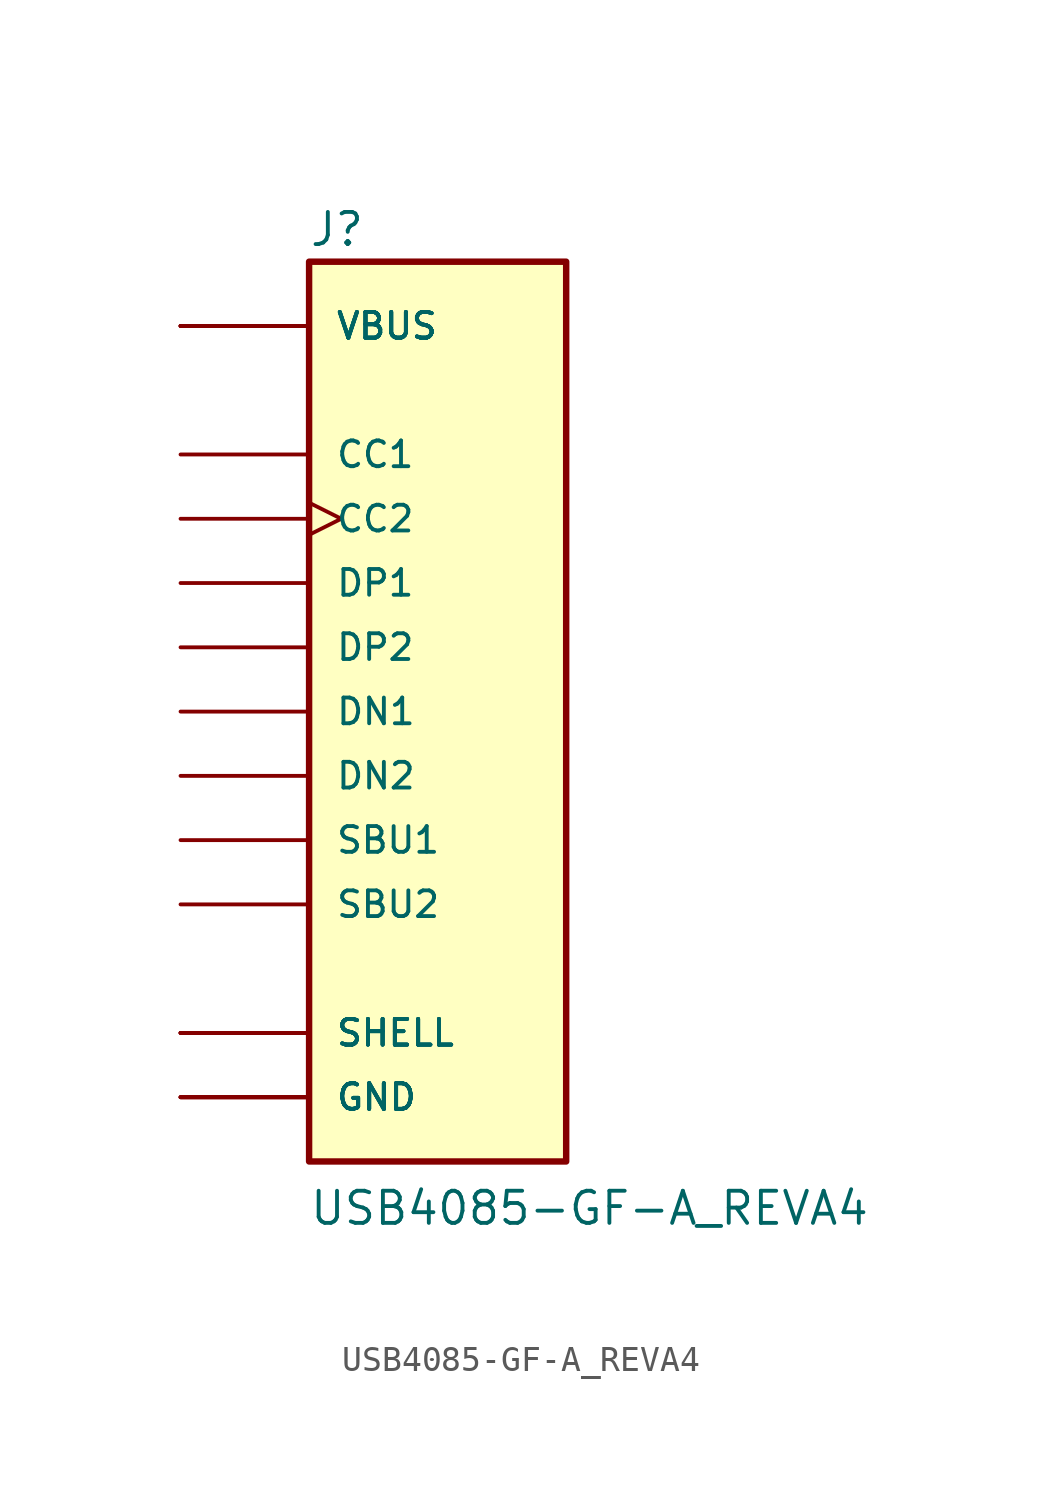
<source format=kicad_sym>
(kicad_symbol_lib
  (version 20210619)
  (generator kicad_symbol_editor)
  (symbol "USB4085-GF-A_REVA4"
    (pin_numbers hide)
    (pin_names
      (offset 1.016))
    (property "Reference" "J"
      (at -5.105 18.313 0)
      (effects (font (size 1.27 1.27)) (justify left bottom)))
    (property "Value" "USB4085-GF-A_REVA4"
      (at -5.105 -20.371 0)
      (effects (font (size 1.27 1.27)) (justify left bottom)))
    (property "ki_locked" ""
      (at 0 0 0)
      (effects (font (size 1.27 1.27))))
    (symbol "USB4085-GF-A_REVA4_0_0"
      (rectangle (start -5.08 -17.78) (end 5.08 17.78) (stroke (width 0.254)) (fill (type background)))
      (pin passive line (at -10.16 -15.24 0) (length 5.08) (name "GND" (effects (font (size 1.016 1.016)))) (number "A1" (effects (font (size 1.016 1.016)))))
      (pin passive line (at -10.16 -15.24 0) (length 5.08) (name "GND" (effects (font (size 1.016 1.016)))) (number "A12" (effects (font (size 1.016 1.016)))))
      (pin power_in line (at -10.16 15.24 0) (length 5.08) (name "VBUS" (effects (font (size 1.016 1.016)))) (number "A4" (effects (font (size 1.016 1.016)))))
      (pin bidirectional line (at -10.16 10.16 0) (length 5.08) (name "CC1" (effects (font (size 1.016 1.016)))) (number "A5" (effects (font (size 1.016 1.016)))))
      (pin bidirectional line (at -10.16 5.08 0) (length 5.08) (name "DP1" (effects (font (size 1.016 1.016)))) (number "A6" (effects (font (size 1.016 1.016)))))
      (pin bidirectional line (at -10.16 0 0) (length 5.08) (name "DN1" (effects (font (size 1.016 1.016)))) (number "A7" (effects (font (size 1.016 1.016)))))
      (pin bidirectional line (at -10.16 -5.08 0) (length 5.08) (name "SBU1" (effects (font (size 1.016 1.016)))) (number "A8" (effects (font (size 1.016 1.016)))))
      (pin power_in line (at -10.16 15.24 0) (length 5.08) (name "VBUS" (effects (font (size 1.016 1.016)))) (number "A9" (effects (font (size 1.016 1.016)))))
      (pin passive line (at -10.16 -15.24 0) (length 5.08) (name "GND" (effects (font (size 1.016 1.016)))) (number "B1" (effects (font (size 1.016 1.016)))))
      (pin passive line (at -10.16 -15.24 0) (length 5.08) (name "GND" (effects (font (size 1.016 1.016)))) (number "B12" (effects (font (size 1.016 1.016)))))
      (pin power_in line (at -10.16 15.24 0) (length 5.08) (name "VBUS" (effects (font (size 1.016 1.016)))) (number "B4" (effects (font (size 1.016 1.016)))))
      (pin bidirectional clock (at -10.16 7.62 0) (length 5.08) (name "CC2" (effects (font (size 1.016 1.016)))) (number "B5" (effects (font (size 1.016 1.016)))))
      (pin bidirectional line (at -10.16 2.54 0) (length 5.08) (name "DP2" (effects (font (size 1.016 1.016)))) (number "B6" (effects (font (size 1.016 1.016)))))
      (pin bidirectional line (at -10.16 -2.54 0) (length 5.08) (name "DN2" (effects (font (size 1.016 1.016)))) (number "B7" (effects (font (size 1.016 1.016)))))
      (pin bidirectional line (at -10.16 -7.62 0) (length 5.08) (name "SBU2" (effects (font (size 1.016 1.016)))) (number "B8" (effects (font (size 1.016 1.016)))))
      (pin power_in line (at -10.16 15.24 0) (length 5.08) (name "VBUS" (effects (font (size 1.016 1.016)))) (number "B9" (effects (font (size 1.016 1.016)))))
      (pin passive line (at -10.16 -12.7 0) (length 5.08) (name "SHELL" (effects (font (size 1.016 1.016)))) (number "P1" (effects (font (size 1.016 1.016)))))
      (pin passive line (at -10.16 -12.7 0) (length 5.08) (name "SHELL" (effects (font (size 1.016 1.016)))) (number "P2" (effects (font (size 1.016 1.016)))))
      (pin passive line (at -10.16 -12.7 0) (length 5.08) (name "SHELL" (effects (font (size 1.016 1.016)))) (number "P3" (effects (font (size 1.016 1.016)))))
      (pin passive line (at -10.16 -12.7 0) (length 5.08) (name "SHELL" (effects (font (size 1.016 1.016)))) (number "P4" (effects (font (size 1.016 1.016))))))))
</source>
